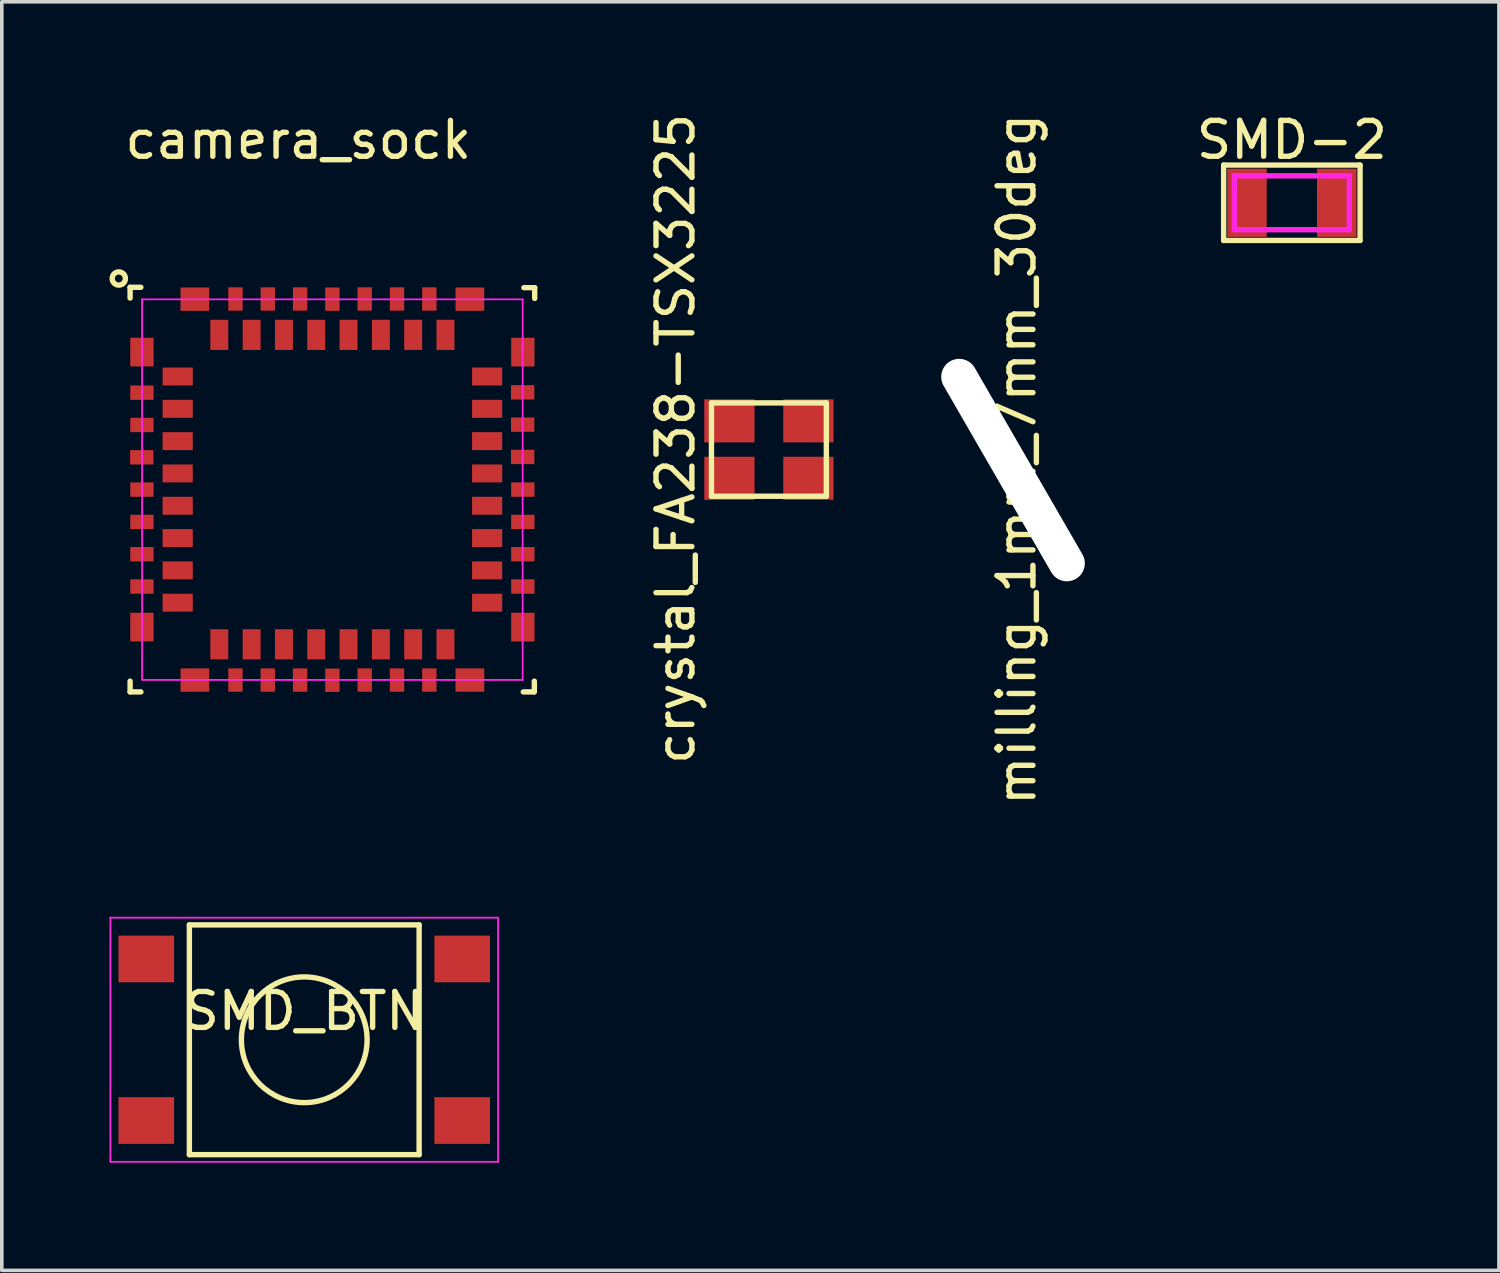
<source format=kicad_pcb>
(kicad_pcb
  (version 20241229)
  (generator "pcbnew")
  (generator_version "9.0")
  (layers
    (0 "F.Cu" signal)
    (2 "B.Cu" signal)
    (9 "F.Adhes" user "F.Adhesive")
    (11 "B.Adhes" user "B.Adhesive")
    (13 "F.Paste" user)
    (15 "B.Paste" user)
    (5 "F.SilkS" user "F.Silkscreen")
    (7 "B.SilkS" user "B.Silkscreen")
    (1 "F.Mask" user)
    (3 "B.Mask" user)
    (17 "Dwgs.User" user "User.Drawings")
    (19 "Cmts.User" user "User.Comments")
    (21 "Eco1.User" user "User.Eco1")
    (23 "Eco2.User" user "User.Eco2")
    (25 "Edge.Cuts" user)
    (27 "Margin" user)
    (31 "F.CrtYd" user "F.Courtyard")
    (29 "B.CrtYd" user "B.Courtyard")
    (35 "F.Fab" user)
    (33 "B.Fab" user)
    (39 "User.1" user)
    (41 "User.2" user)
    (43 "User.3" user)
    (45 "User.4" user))
  (footprint "camera_sock"
    (layer "F.Cu")
    (at 6.209 10.588)
    (property "Reference" "camera_sock" (at -0.95 -9.74 0) (layer "F.SilkS") (effects (font (size 1 1) (thickness 0.15))))
    (attr smd)
    (fp_line (start -5.635 -5.635) (end -5.635 -5.335) (stroke (width 0.15) (type solid)) (layer "F.SilkS"))
    (fp_line (start -5.635 -5.635) (end -5.335 -5.635) (stroke (width 0.15) (type solid)) (layer "F.SilkS"))
    (fp_line (start -5.635 5.635) (end -5.635 5.335) (stroke (width 0.15) (type solid)) (layer "F.SilkS"))
    (fp_line (start -5.635 5.635) (end -5.335 5.635) (stroke (width 0.15) (type solid)) (layer "F.SilkS"))
    (fp_line (start 5.617 5.635) (end 5.317 5.635) (stroke (width 0.15) (type solid)) (layer "F.SilkS"))
    (fp_line (start 5.625 5.635) (end 5.625 5.335) (stroke (width 0.15) (type solid)) (layer "F.SilkS"))
    (fp_line (start 5.635 -5.625) (end 5.335 -5.625) (stroke (width 0.15) (type solid)) (layer "F.SilkS"))
    (fp_line (start 5.635 -5.625) (end 5.635 -5.325) (stroke (width 0.15) (type solid)) (layer "F.SilkS"))
    (fp_circle (center -5.95 -5.88) (end -6.09 -6) (stroke (width 0.15) (type solid)) (fill no) (layer "F.SilkS"))
    (fp_line (start -5.3 -5.3) (end -5.3 5.3) (stroke (width 0.05) (type solid)) (layer "F.CrtYd"))
    (fp_line (start -5.3 -5.3) (end 5.3 -5.3) (stroke (width 0.05) (type solid)) (layer "F.CrtYd"))
    (fp_line (start -5.3 5.3) (end 5.3 5.3) (stroke (width 0.05) (type solid)) (layer "F.CrtYd"))
    (fp_line (start 5.3 -5.3) (end 5.3 5.3) (stroke (width 0.05) (type solid)) (layer "F.CrtYd"))
    (pad "1" smd rect (at -4.31 -3.15) (size 0.84 0.5) (layers "F.Cu" "F.Mask" "F.Paste"))
    (pad "2" smd rect (at -4.31 -2.25) (size 0.84 0.5) (layers "F.Cu" "F.Mask" "F.Paste"))
    (pad "3" smd rect (at -4.31 -1.35) (size 0.84 0.5) (layers "F.Cu" "F.Mask" "F.Paste"))
    (pad "4" smd rect (at -4.31 -0.45) (size 0.84 0.5) (layers "F.Cu" "F.Mask" "F.Paste"))
    (pad "5" smd rect (at -4.31 0.45) (size 0.84 0.5) (layers "F.Cu" "F.Mask" "F.Paste"))
    (pad "6" smd rect (at -4.31 1.35) (size 0.84 0.5) (layers "F.Cu" "F.Mask" "F.Paste"))
    (pad "7" smd rect (at -4.31 2.25) (size 0.84 0.5) (layers "F.Cu" "F.Mask" "F.Paste"))
    (pad "8" smd rect (at -4.31 3.15) (size 0.84 0.5) (layers "F.Cu" "F.Mask" "F.Paste"))
    (pad "9" smd rect (at -3.15 4.31 90) (size 0.84 0.5) (layers "F.Cu" "F.Mask" "F.Paste"))
    (pad "10" smd rect (at -2.25 4.31 90) (size 0.84 0.5) (layers "F.Cu" "F.Mask" "F.Paste"))
    (pad "11" smd rect (at -1.35 4.31 90) (size 0.84 0.5) (layers "F.Cu" "F.Mask" "F.Paste"))
    (pad "12" smd rect (at -0.45 4.31 90) (size 0.84 0.5) (layers "F.Cu" "F.Mask" "F.Paste"))
    (pad "13" smd rect (at 0.45 4.31 90) (size 0.84 0.5) (layers "F.Cu" "F.Mask" "F.Paste"))
    (pad "14" smd rect (at 1.35 4.31 90) (size 0.84 0.5) (layers "F.Cu" "F.Mask" "F.Paste"))
    (pad "15" smd rect (at 2.25 4.31 90) (size 0.84 0.5) (layers "F.Cu" "F.Mask" "F.Paste"))
    (pad "16" smd rect (at 3.15 4.31 90) (size 0.84 0.5) (layers "F.Cu" "F.Mask" "F.Paste"))
    (pad "17" smd rect (at 4.31 3.15) (size 0.84 0.5) (layers "F.Cu" "F.Mask" "F.Paste"))
    (pad "18" smd rect (at 4.31 2.25) (size 0.84 0.5) (layers "F.Cu" "F.Mask" "F.Paste"))
    (pad "19" smd rect (at 4.31 1.35) (size 0.84 0.5) (layers "F.Cu" "F.Mask" "F.Paste"))
    (pad "20" smd rect (at 4.31 0.45) (size 0.84 0.5) (layers "F.Cu" "F.Mask" "F.Paste"))
    (pad "21" smd rect (at 4.31 -0.45) (size 0.84 0.5) (layers "F.Cu" "F.Mask" "F.Paste"))
    (pad "22" smd rect (at 4.31 -1.35) (size 0.84 0.5) (layers "F.Cu" "F.Mask" "F.Paste"))
    (pad "23" smd rect (at 4.31 -2.25) (size 0.84 0.5) (layers "F.Cu" "F.Mask" "F.Paste"))
    (pad "24" smd rect (at 4.31 -3.15) (size 0.84 0.5) (layers "F.Cu" "F.Mask" "F.Paste"))
    (pad "25" smd rect (at 3.15 -4.31 90) (size 0.84 0.5) (layers "F.Cu" "F.Mask" "F.Paste"))
    (pad "26" smd rect (at 2.25 -4.31 90) (size 0.84 0.5) (layers "F.Cu" "F.Mask" "F.Paste"))
    (pad "27" smd rect (at 1.35 -4.31 90) (size 0.84 0.5) (layers "F.Cu" "F.Mask" "F.Paste"))
    (pad "28" smd rect (at 0.45 -4.31 90) (size 0.84 0.5) (layers "F.Cu" "F.Mask" "F.Paste"))
    (pad "29" smd rect (at -0.45 -4.31 90) (size 0.84 0.5) (layers "F.Cu" "F.Mask" "F.Paste"))
    (pad "30" smd rect (at -1.35 -4.31 90) (size 0.84 0.5) (layers "F.Cu" "F.Mask" "F.Paste"))
    (pad "31" smd rect (at -2.25 -4.31 90) (size 0.84 0.5) (layers "F.Cu" "F.Mask" "F.Paste"))
    (pad "32" smd rect (at -3.15 -4.31 90) (size 0.84 0.5) (layers "F.Cu" "F.Mask" "F.Paste"))
    (pad "33" smd rect (at -5.31 -0.9 90) (size 0.4 0.65) (layers "F.Cu" "F.Mask" "F.Paste"))
    (pad "33" smd rect (at -5.305 -3.83 90) (size 0.8 0.65) (layers "F.Cu" "F.Mask" "F.Paste"))
    (pad "33" smd rect (at -5.305 -2.7 90) (size 0.4 0.65) (layers "F.Cu" "F.Mask" "F.Paste"))
    (pad "33" smd rect (at -5.305 -1.8 90) (size 0.4 0.65) (layers "F.Cu" "F.Mask" "F.Paste"))
    (pad "33" smd rect (at -5.305 0 90) (size 0.4 0.65) (layers "F.Cu" "F.Mask" "F.Paste"))
    (pad "33" smd rect (at -5.305 0.9 90) (size 0.4 0.65) (layers "F.Cu" "F.Mask" "F.Paste"))
    (pad "33" smd rect (at -5.305 1.8 90) (size 0.4 0.65) (layers "F.Cu" "F.Mask" "F.Paste"))
    (pad "33" smd rect (at -5.305 2.7 90) (size 0.4 0.65) (layers "F.Cu" "F.Mask" "F.Paste"))
    (pad "33" smd rect (at -5.305 3.83 90) (size 0.8 0.65) (layers "F.Cu" "F.Mask" "F.Paste"))
    (pad "33" smd rect (at -3.83 -5.305) (size 0.8 0.65) (layers "F.Cu" "F.Mask" "F.Paste"))
    (pad "33" smd rect (at -3.83 5.305) (size 0.8 0.65) (layers "F.Cu" "F.Mask" "F.Paste"))
    (pad "33" smd rect (at -2.7 -5.31) (size 0.4 0.65) (layers "F.Cu" "F.Mask" "F.Paste"))
    (pad "33" smd rect (at -2.7 5.305) (size 0.4 0.65) (layers "F.Cu" "F.Mask" "F.Paste"))
    (pad "33" smd rect (at -1.8 -5.31) (size 0.4 0.65) (layers "F.Cu" "F.Mask" "F.Paste"))
    (pad "33" smd rect (at -1.8 5.305) (size 0.4 0.65) (layers "F.Cu" "F.Mask" "F.Paste"))
    (pad "33" smd rect (at -0.9 -5.31) (size 0.4 0.65) (layers "F.Cu" "F.Mask" "F.Paste"))
    (pad "33" smd rect (at -0.9 5.305) (size 0.4 0.65) (layers "F.Cu" "F.Mask" "F.Paste"))
    (pad "33" smd rect (at 0 -5.305) (size 0.4 0.65) (layers "F.Cu" "F.Mask" "F.Paste"))
    (pad "33" smd rect (at 0 5.31) (size 0.4 0.65) (layers "F.Cu" "F.Mask" "F.Paste"))
    (pad "33" smd rect (at 0.9 -5.31) (size 0.4 0.65) (layers "F.Cu" "F.Mask" "F.Paste"))
    (pad "33" smd rect (at 1.8 -5.31) (size 0.4 0.65) (layers "F.Cu" "F.Mask" "F.Paste"))
    (pad "33" smd rect (at 1.8 5.305) (size 0.4 0.65) (layers "F.Cu" "F.Mask" "F.Paste"))
    (pad "33" smd rect (at 2.7 -5.31) (size 0.4 0.65) (layers "F.Cu" "F.Mask" "F.Paste"))
    (pad "33" smd rect (at 2.7 5.305) (size 0.4 0.65) (layers "F.Cu" "F.Mask" "F.Paste"))
    (pad "33" smd rect (at 3.83 -5.305) (size 0.8 0.65) (layers "F.Cu" "F.Mask" "F.Paste"))
    (pad "33" smd rect (at 3.83 5.305) (size 0.8 0.65) (layers "F.Cu" "F.Mask" "F.Paste"))
    (pad "33" smd rect (at 5.3 -2.71 90) (size 0.4 0.65) (layers "F.Cu" "F.Mask" "F.Paste"))
    (pad "33" smd rect (at 5.3 -1.81 90) (size 0.4 0.65) (layers "F.Cu" "F.Mask" "F.Paste"))
    (pad "33" smd rect (at 5.3 -0.91 90) (size 0.4 0.65) (layers "F.Cu" "F.Mask" "F.Paste"))
    (pad "33" smd rect (at 5.305 -3.83 90) (size 0.8 0.65) (layers "F.Cu" "F.Mask" "F.Paste"))
    (pad "33" smd rect (at 5.305 0 90) (size 0.4 0.65) (layers "F.Cu" "F.Mask" "F.Paste"))
    (pad "33" smd rect (at 5.305 0.9 90) (size 0.4 0.65) (layers "F.Cu" "F.Mask" "F.Paste"))
    (pad "33" smd rect (at 5.305 1.8 90) (size 0.4 0.65) (layers "F.Cu" "F.Mask" "F.Paste"))
    (pad "33" smd rect (at 5.305 2.7 90) (size 0.4 0.65) (layers "F.Cu" "F.Mask" "F.Paste"))
    (pad "33" smd rect (at 5.305 3.83 90) (size 0.8 0.65) (layers "F.Cu" "F.Mask" "F.Paste"))
    (pad "34" smd rect (at 0.9 5.305) (size 0.4 0.65) (layers "F.Cu" "F.Mask" "F.Paste")))
  (footprint "SMD-2"
    (layer "F.Cu")
    (at 32.935 2.598)
    (property "Reference" "SMD-2" (at 0 -1.75 0) (layer "F.SilkS") (effects (font (size 1 1) (thickness 0.15))))
    (attr through_hole)
    (fp_line (start -1.9 -1.05) (end -1.9 1.05) (stroke (width 0.15) (type solid)) (layer "F.SilkS"))
    (fp_line (start -1.9 -1.05) (end 1.9 -1.05) (stroke (width 0.15) (type solid)) (layer "F.SilkS"))
    (fp_line (start -1.9 1.05) (end 1.9 1.05) (stroke (width 0.15) (type solid)) (layer "F.SilkS"))
    (fp_line (start 1.9 -1.05) (end 1.9 1.05) (stroke (width 0.15) (type solid)) (layer "F.SilkS"))
    (fp_line (start -1.6 -0.75) (end -1.6 0.75) (stroke (width 0.15) (type solid)) (layer "F.CrtYd"))
    (fp_line (start -1.6 -0.75) (end 1.6 -0.75) (stroke (width 0.15) (type solid)) (layer "F.CrtYd"))
    (fp_line (start -1.6 0.75) (end 1.6 0.75) (stroke (width 0.15) (type solid)) (layer "F.CrtYd"))
    (fp_line (start 1.6 -0.75) (end 1.6 0.75) (stroke (width 0.15) (type solid)) (layer "F.CrtYd"))
    (pad "1" smd rect (at -1.25 0) (size 1.1 1.9) (layers "F.Cu" "F.Mask" "F.Paste"))
    (pad "2" smd rect (at 1.25 0) (size 1.1 1.9) (layers "F.Cu" "F.Mask" "F.Paste")))
  (footprint "crystal_FA238-TSX3225"
    (layer "F.Cu")
    (at 18.368 9.473)
    (property "Reference" "crystal_FA238-TSX3225" (at -2.6 -0.3 90) (layer "F.SilkS") (effects (font (size 1 1) (thickness 0.15))))
    (attr smd)
    (fp_line (start -1.6 -1.3) (end 1.6 -1.3) (stroke (width 0.15) (type solid)) (layer "F.SilkS"))
    (fp_line (start -1.6 1.3) (end -1.6 -1.3) (stroke (width 0.15) (type solid)) (layer "F.SilkS"))
    (fp_line (start 1.6 -1.3) (end 1.6 1.3) (stroke (width 0.15) (type solid)) (layer "F.SilkS"))
    (fp_line (start 1.6 1.3) (end -1.6 1.3) (stroke (width 0.15) (type solid)) (layer "F.SilkS"))
    (pad "1" smd rect (at -1.1 0.8) (size 1.4 1.2) (layers "F.Cu" "F.Mask" "F.Paste"))
    (pad "2" smd rect (at 1.1 -0.8) (size 1.4 1.2) (layers "F.Cu" "F.Mask" "F.Paste"))
    (pad "3" smd rect (at -1.1 -0.8) (size 1.4 1.2) (layers "F.Cu" "F.Mask" "F.Paste"))
    (pad "3" smd rect (at 1.1 0.8) (size 1.4 1.2) (layers "F.Cu" "F.Mask" "F.Paste")))
  (footprint "milling_1mm_7mm_30deg"
    (layer "F.Cu")
    (at 25.168 10.044)
    (property "Reference" "milling_1mm_7mm_30deg" (at 0.1 -0.3 90) (layer "F.SilkS") (effects (font (size 1 1) (thickness 0.15))))
    (attr exclude_from_pos_files exclude_from_bom)
    (pad "" np_thru_hole oval (at 0 0 30) (size 1 7) (drill oval 1 7) (layers "*.Cu" "*.Mask")))
  (footprint "SMD_BTN"
    (layer "F.Cu")
    (at 5.425 25.913)
    (property "Reference" "SMD_BTN" (at 0 -0.8 0) (layer "F.SilkS") (effects (font (size 1 1) (thickness 0.15))))
    (attr through_hole)
    (fp_line (start -3.2 -3.2) (end -3.2 3.2) (stroke (width 0.15) (type solid)) (layer "F.SilkS"))
    (fp_line (start -3.2 -3.2) (end 3.2 -3.2) (stroke (width 0.15) (type solid)) (layer "F.SilkS"))
    (fp_line (start -3.2 3.2) (end 3.2 3.2) (stroke (width 0.15) (type solid)) (layer "F.SilkS"))
    (fp_line (start 3.2 -3.2) (end 3.2 3.2) (stroke (width 0.15) (type solid)) (layer "F.SilkS"))
    (fp_circle (center 0 0) (end 1.75 -0.05) (stroke (width 0.15) (type solid)) (fill no) (layer "F.SilkS"))
    (fp_line (start -5.4 -3.4) (end -5.4 3.4) (stroke (width 0.05) (type solid)) (layer "F.CrtYd"))
    (fp_line (start -5.4 -3.4) (end 5.4 -3.4) (stroke (width 0.05) (type solid)) (layer "F.CrtYd"))
    (fp_line (start -5.4 3.4) (end 5.4 3.4) (stroke (width 0.05) (type solid)) (layer "F.CrtYd"))
    (fp_line (start 5.4 3.4) (end 5.4 -3.4) (stroke (width 0.05) (type solid)) (layer "F.CrtYd"))
    (pad "1" smd rect (at -4.4 -2.25) (size 1.55 1.3) (layers "F.Cu" "F.Mask" "F.Paste"))
    (pad "2" smd rect (at 4.4 2.25) (size 1.55 1.3) (layers "F.Cu" "F.Mask" "F.Paste"))
    (pad "3" smd rect (at -4.4 2.25) (size 1.55 1.3) (layers "F.Cu" "F.Mask" "F.Paste"))
    (pad "3" smd rect (at 4.4 -2.25) (size 1.55 1.3) (layers "F.Cu" "F.Mask" "F.Paste")))
  (gr_rect
    (start -3 -3)
    (end 38.703 32.338)
    (stroke (width 0.1) (type default))
    (fill no)
    (layer "Edge.Cuts")))
</source>
